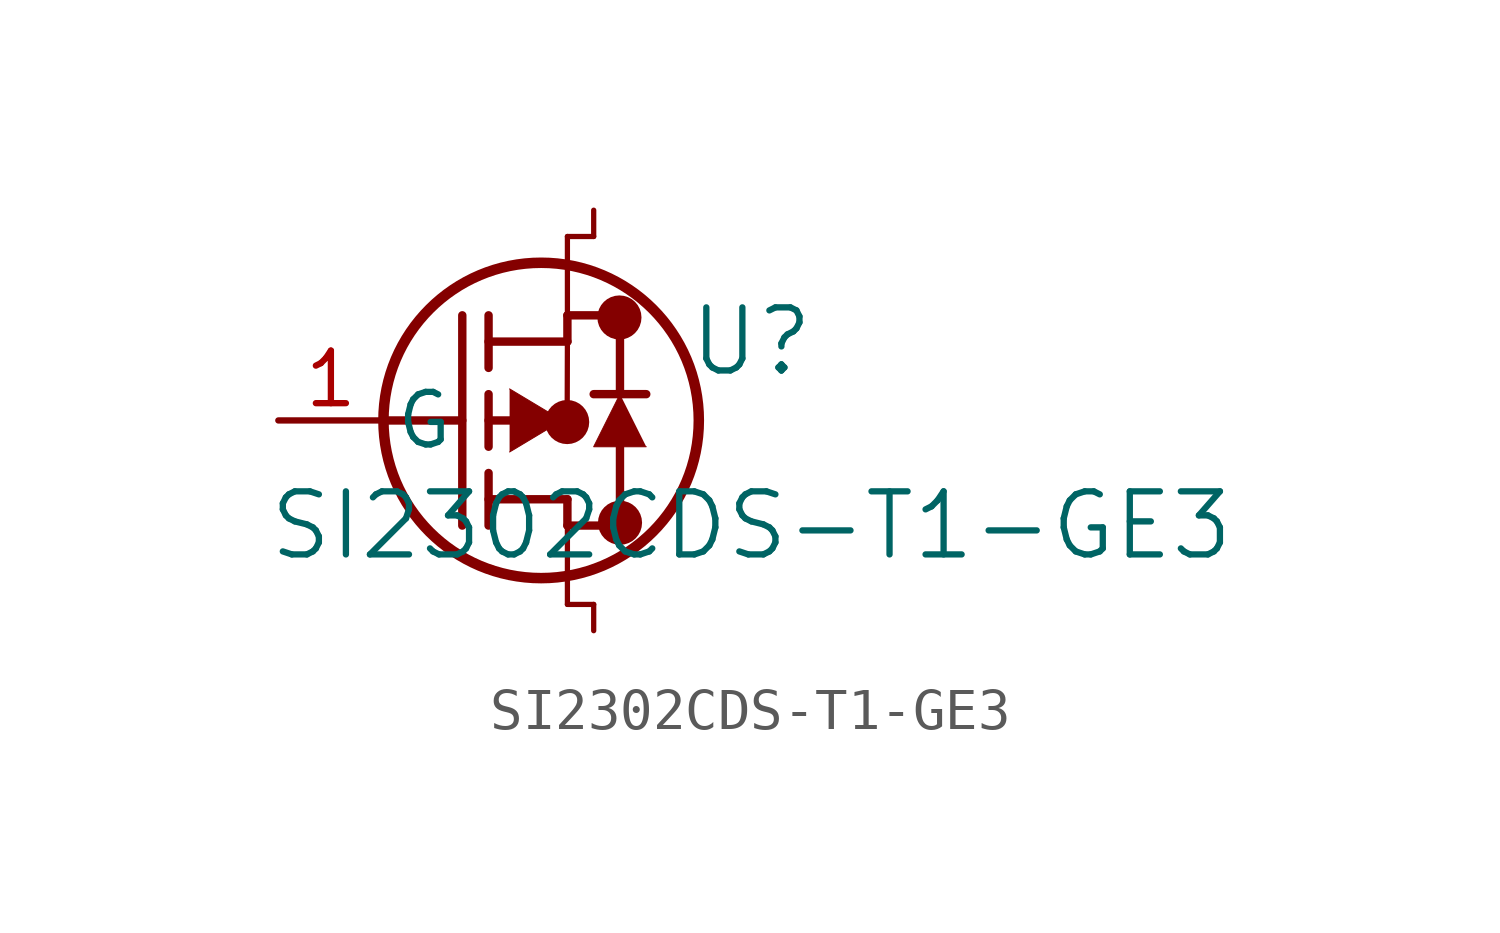
<source format=kicad_sym>
(kicad_symbol_lib
  (version 20211014)
  (generator kicad_symbol_editor)
  (symbol "SI2302CDS-T1-GE3"
    (pin_names
      (offset 0.254))
    (property "Reference" "U"
      (at 11.43 1.905 0)
      (effects (font (size 1.524 1.524))))
    (property "Value" "SI2302CDS-T1-GE3"
      (at 11.43 -2.54 0)
      (effects (font (size 1.524 1.524))))
    (symbol "SI2302CDS-T1-GE3_0_1"
      (circle (center 8.242 2.488) (radius 0.025) (stroke (width 0.508) (type default) (color 0 0 0 0)) (fill (type none)))
      (circle (center 8.256 -2.472) (radius 0.025) (stroke (width 0.508) (type default) (color 0 0 0 0)) (fill (type none)))
      (circle (center 6.979 -0.039) (radius 0.025) (stroke (width 0.508) (type default) (color 0 0 0 0)) (fill (type none)))
      (circle (center 6.35 0) (radius 3.81) (stroke (width 0.254) (type default) (color 0 0 0 0)) (fill (type none)))
      (polyline (pts (xy 2.54 0) (xy 4.445 0)) (stroke (width 0.203) (type default) (color 0 0 0 0)) (fill (type none)))
      (polyline (pts (xy 4.445 -2.54) (xy 4.445 2.54)) (stroke (width 0.203) (type default) (color 0 0 0 0)) (fill (type none)))
      (polyline (pts (xy 5.08 -0.635) (xy 5.08 0.635)) (stroke (width 0.203) (type default) (color 0 0 0 0)) (fill (type none)))
      (polyline (pts (xy 5.08 -2.54) (xy 5.08 -1.27)) (stroke (width 0.203) (type default) (color 0 0 0 0)) (fill (type none)))
      (polyline (pts (xy 5.08 1.27) (xy 5.08 2.54)) (stroke (width 0.203) (type default) (color 0 0 0 0)) (fill (type none)))
      (polyline (pts (xy 5.08 0) (xy 5.842 0)) (stroke (width 0.203) (type default) (color 0 0 0 0)) (fill (type none)))
      (polyline (pts (xy 5.08 -1.905) (xy 6.985 -1.905)) (stroke (width 0.203) (type default) (color 0 0 0 0)) (fill (type none)))
      (polyline (pts (xy 6.985 -2.54) (xy 6.985 -1.905)) (stroke (width 0.203) (type default) (color 0 0 0 0)) (fill (type none)))
      (polyline (pts (xy 6.985 -2.54) (xy 8.255 -2.54)) (stroke (width 0.203) (type default) (color 0 0 0 0)) (fill (type none)))
      (polyline (pts (xy 5.08 1.905) (xy 6.985 1.905)) (stroke (width 0.203) (type default) (color 0 0 0 0)) (fill (type none)))
      (polyline (pts (xy 8.255 0.635) (xy 8.255 2.54)) (stroke (width 0.203) (type default) (color 0 0 0 0)) (fill (type none)))
      (polyline (pts (xy 5.588 0.762) (xy 6.858 0) (xy 5.588 -0.762)) (stroke (width 0.025) (type default) (color 0 0 0 0)) (fill (type outline)))
      (polyline (pts (xy 8.89 -0.635) (xy 7.62 -0.635) (xy 8.255 0.635)) (stroke (width 0.025) (type default) (color 0 0 0 0)) (fill (type outline)))
      (polyline (pts (xy 8.255 -2.54) (xy 8.255 -0.635)) (stroke (width 0.203) (type default) (color 0 0 0 0)) (fill (type none)))
      (polyline (pts (xy 8.89 0.635) (xy 7.62 0.635)) (stroke (width 0.203) (type default) (color 0 0 0 0)) (fill (type none)))
      (polyline (pts (xy 6.985 2.54) (xy 8.255 2.54)) (stroke (width 0.203) (type default) (color 0 0 0 0)) (fill (type none)))
      (polyline (pts (xy 6.985 1.905) (xy 6.985 2.54)) (stroke (width 0.203) (type default) (color 0 0 0 0)) (fill (type none)))
      (polyline (pts (xy 6.985 1.905) (xy 6.979 -0.039)) (stroke (width 0.127) (type default) (color 0 0 0 0)) (fill (type none)))
      (polyline (pts (xy 6.979 -0.039) (xy 6.604 0)) (stroke (width 0.127) (type default) (color 0 0 0 0)) (fill (type none)))
      (polyline (pts (xy 7.62 -4.445) (xy 7.62 -5.08)) (stroke (width 0.127) (type default) (color 0 0 0 0)) (fill (type none)))
      (polyline (pts (xy 7.62 -4.445) (xy 6.985 -4.445)) (stroke (width 0.127) (type default) (color 0 0 0 0)) (fill (type none)))
      (polyline (pts (xy 6.985 -2.54) (xy 6.985 -4.445)) (stroke (width 0.127) (type default) (color 0 0 0 0)) (fill (type none)))
      (polyline (pts (xy 7.62 5.08) (xy 7.62 4.445)) (stroke (width 0.127) (type default) (color 0 0 0 0)) (fill (type none)))
      (polyline (pts (xy 7.62 4.445) (xy 6.985 4.445)) (stroke (width 0.127) (type default) (color 0 0 0 0)) (fill (type none)))
      (polyline (pts (xy 6.985 4.445) (xy 6.985 2.54)) (stroke (width 0.127) (type default) (color 0 0 0 0)) (fill (type none)))
      (pin unspecified line (at 0 0 0) (length 2.54) (name "G" (effects (font (size 1.27 1.27)))) (number "1" (effects (font (size 1.27 1.27))))))))
</source>
